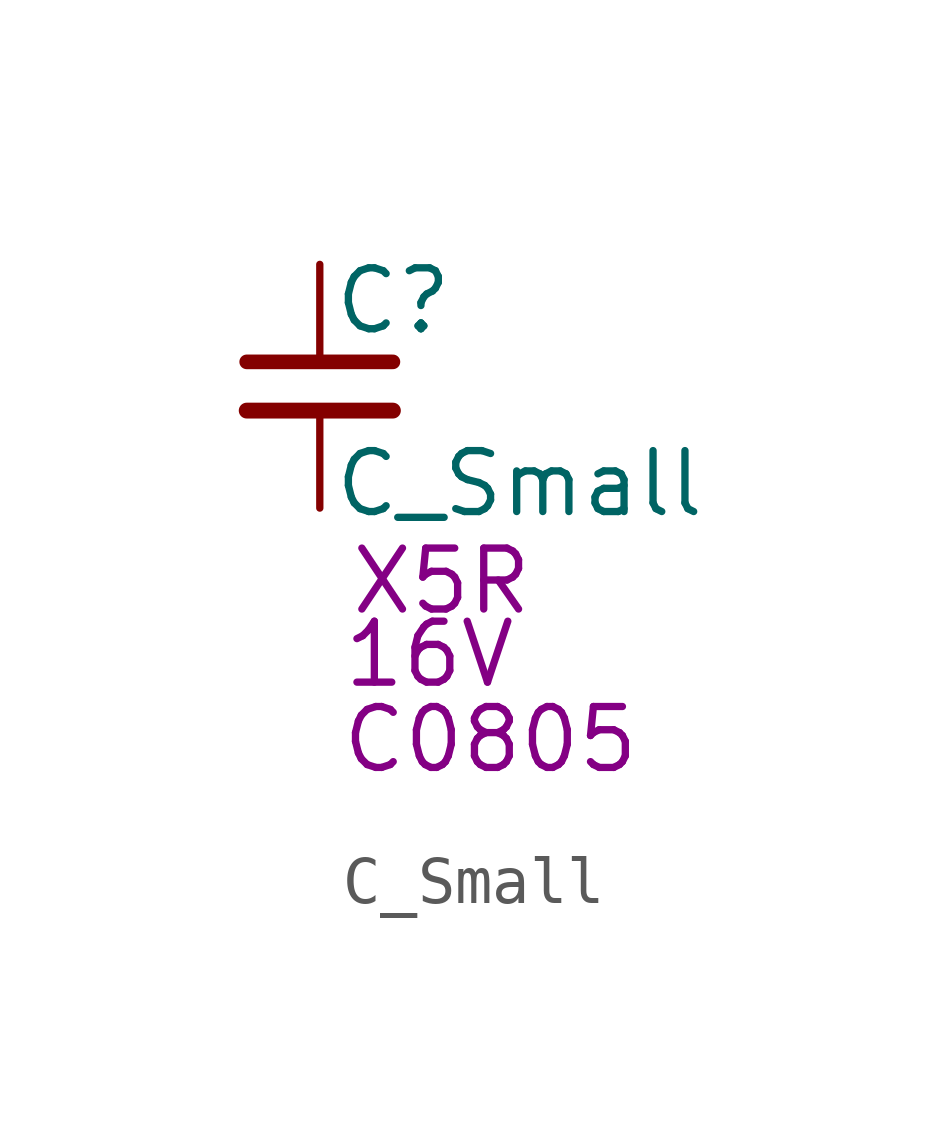
<source format=kicad_sym>
(kicad_symbol_lib
  (version 20241209)
  (generator "kicad_symbol_editor")
  (generator_version "9.0")
  (symbol "C_Small"
    (pin_numbers
      (hide yes))
    (pin_names
      (offset 0.254)
      (hide yes))
    (property "Reference" "C"
      (at 0.254 1.778 0)
      (effects (font (size 1.27 1.27)) (justify left)))
    (property "Value" "C_Small"
      (at 0.254 -2.032 0)
      (effects (font (size 1.27 1.27)) (justify left)))
    (property "Type" "X5R"
      (at 2.54 -4.064 0)
      (effects (font (size 1.27 1.27))))
    (property "Rated Voltage" "16V"
      (at 2.286 -5.588 0)
      (effects (font (size 1.27 1.27))))
    (property "Package" "C0805"
      (at 3.556 -7.366 0)
      (effects (font (size 1.27 1.27))))
    (symbol "C_Small_0_1"
      (polyline (pts (xy -1.524 0.508) (xy 1.524 0.508)) (stroke (width 0.305) (type default)) (fill (type none)))
      (polyline (pts (xy -1.524 -0.508) (xy 1.524 -0.508)) (stroke (width 0.33) (type default)) (fill (type none))))
    (symbol "C_Small_1_1"
      (pin passive line (at 0 2.54 270) (length 2.032) (name "~" (effects (font (size 1.27 1.27)))) (number "1" (effects (font (size 1.27 1.27)))))
      (pin passive line (at 0 -2.54 90) (length 2.032) (name "~" (effects (font (size 1.27 1.27)))) (number "2" (effects (font (size 1.27 1.27))))))))
</source>
